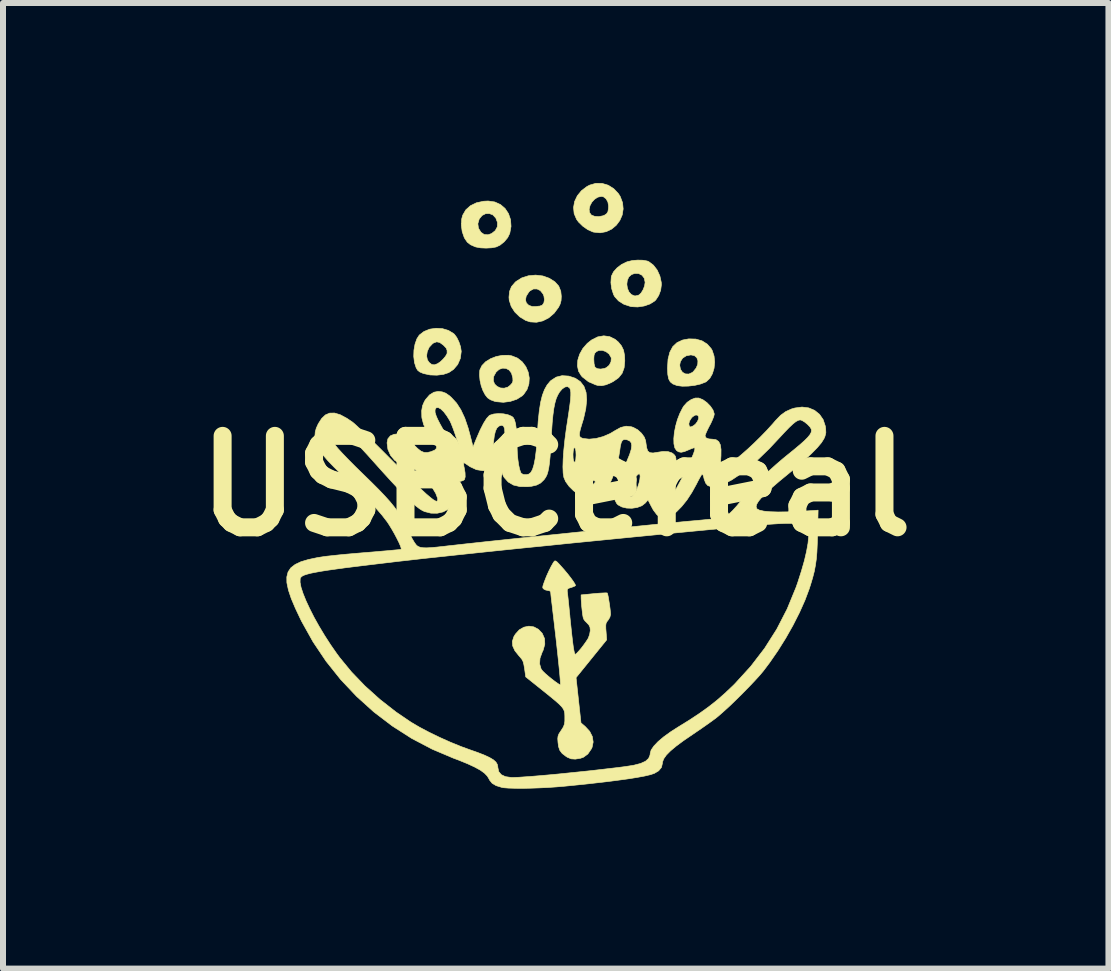
<source format=kicad_pcb>
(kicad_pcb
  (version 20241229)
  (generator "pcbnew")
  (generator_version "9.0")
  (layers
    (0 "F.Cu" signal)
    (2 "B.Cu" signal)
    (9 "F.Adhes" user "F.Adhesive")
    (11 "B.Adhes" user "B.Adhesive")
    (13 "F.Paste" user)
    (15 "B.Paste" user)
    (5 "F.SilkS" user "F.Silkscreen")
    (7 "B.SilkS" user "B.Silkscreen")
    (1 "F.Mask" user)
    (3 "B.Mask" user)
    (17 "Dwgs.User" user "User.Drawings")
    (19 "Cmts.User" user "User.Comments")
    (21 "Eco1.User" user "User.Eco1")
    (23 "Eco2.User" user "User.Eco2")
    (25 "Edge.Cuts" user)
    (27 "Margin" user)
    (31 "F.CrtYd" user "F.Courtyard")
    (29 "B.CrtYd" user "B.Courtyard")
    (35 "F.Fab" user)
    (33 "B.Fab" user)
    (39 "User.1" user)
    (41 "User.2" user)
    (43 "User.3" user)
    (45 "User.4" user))
  (footprint "USBCereal"
    (layer "F.Cu")
    (at 6.212 5.049)
    (property "Reference" "USBCereal" (at 0 0 0) (layer "F.SilkS") (effects (font (size 1.524 1.524) (thickness 0.3))))
    (attr through_hole)
    (fp_poly (pts (xy -0.215 -3.5) (xy -0.108 -3.462) (xy -0.014 -3.402) (xy 0.05 -3.331) (xy 0.084 -3.246) (xy 0.093 -3.161) (xy 0.089 -3.088) (xy 0.073 -3.03) (xy 0.047 -2.978) (xy -0.027 -2.878) (xy -0.116 -2.802) (xy -0.216 -2.751) (xy -0.32 -2.728) (xy -0.425 -2.734) (xy -0.5 -2.758) (xy -0.6 -2.819) (xy -0.682 -2.899) (xy -0.742 -2.992) (xy -0.774 -3.093) (xy -0.775 -3.099) (xy -0.504 -3.099) (xy -0.489 -3.049) (xy -0.45 -3.011) (xy -0.392 -2.99) (xy -0.33 -2.99) (xy -0.287 -2.996) (xy -0.268 -2.997) (xy -0.225 -3.012) (xy -0.198 -3.05) (xy -0.188 -3.104) (xy -0.197 -3.166) (xy -0.212 -3.201) (xy -0.256 -3.256) (xy -0.311 -3.283) (xy -0.372 -3.283) (xy -0.428 -3.252) (xy -0.447 -3.233) (xy -0.492 -3.163) (xy -0.504 -3.099) (xy -0.775 -3.099) (xy -0.779 -3.146) (xy -0.769 -3.244) (xy -0.737 -3.323) (xy -0.677 -3.393) (xy -0.662 -3.407) (xy -0.567 -3.467) (xy -0.455 -3.503) (xy -0.335 -3.514) (xy -0.215 -3.5)) (stroke (width 0.01) (type solid)) (fill yes) (layer "F.SilkS"))
    (fp_poly (pts (xy -1.016 -4.733) (xy -0.921 -4.69) (xy -0.844 -4.624) (xy -0.787 -4.538) (xy -0.753 -4.438) (xy -0.745 -4.326) (xy -0.766 -4.21) (xy -0.801 -4.138) (xy -0.859 -4.069) (xy -0.929 -4.013) (xy -0.993 -3.983) (xy -1.069 -3.969) (xy -1.16 -3.964) (xy -1.251 -3.968) (xy -1.327 -3.982) (xy -1.342 -3.986) (xy -1.419 -4.02) (xy -1.473 -4.062) (xy -1.514 -4.121) (xy -1.526 -4.144) (xy -1.559 -4.24) (xy -1.573 -4.347) (xy -1.571 -4.371) (xy -1.298 -4.371) (xy -1.288 -4.296) (xy -1.246 -4.228) (xy -1.245 -4.227) (xy -1.191 -4.19) (xy -1.128 -4.186) (xy -1.068 -4.207) (xy -1.007 -4.256) (xy -0.973 -4.319) (xy -0.97 -4.39) (xy -0.998 -4.464) (xy -1.046 -4.516) (xy -1.106 -4.54) (xy -1.168 -4.538) (xy -1.227 -4.508) (xy -1.273 -4.452) (xy -1.275 -4.449) (xy -1.298 -4.371) (xy -1.571 -4.371) (xy -1.567 -4.45) (xy -1.55 -4.513) (xy -1.499 -4.601) (xy -1.422 -4.67) (xy -1.322 -4.719) (xy -1.203 -4.745) (xy -1.126 -4.749) (xy -1.016 -4.733)) (stroke (width 0.01) (type solid)) (fill yes) (layer "F.SilkS"))
    (fp_poly (pts (xy 2.334 -2.448) (xy 2.439 -2.418) (xy 2.526 -2.363) (xy 2.592 -2.287) (xy 2.608 -2.258) (xy 2.639 -2.164) (xy 2.649 -2.063) (xy 2.639 -1.962) (xy 2.611 -1.87) (xy 2.567 -1.792) (xy 2.508 -1.737) (xy 2.494 -1.73) (xy 2.414 -1.699) (xy 2.315 -1.676) (xy 2.21 -1.664) (xy 2.11 -1.662) (xy 2.028 -1.672) (xy 2.014 -1.676) (xy 1.952 -1.7) (xy 1.909 -1.735) (xy 1.882 -1.785) (xy 1.868 -1.857) (xy 1.863 -1.955) (xy 1.863 -1.968) (xy 1.866 -2.013) (xy 2.066 -2.013) (xy 2.079 -1.944) (xy 2.113 -1.894) (xy 2.162 -1.867) (xy 2.219 -1.865) (xy 2.278 -1.892) (xy 2.292 -1.904) (xy 2.341 -1.965) (xy 2.367 -2.027) (xy 2.37 -2.087) (xy 2.352 -2.137) (xy 2.312 -2.172) (xy 2.253 -2.184) (xy 2.177 -2.17) (xy 2.116 -2.131) (xy 2.078 -2.073) (xy 2.066 -2.013) (xy 1.866 -2.013) (xy 1.872 -2.113) (xy 1.902 -2.23) (xy 1.951 -2.322) (xy 2.022 -2.389) (xy 2.115 -2.432) (xy 2.217 -2.451) (xy 2.334 -2.448)) (stroke (width 0.01) (type solid)) (fill yes) (layer "F.SilkS"))
    (fp_poly (pts (xy 0.774 -5.042) (xy 0.875 -5.012) (xy 0.967 -4.954) (xy 1.044 -4.873) (xy 1.075 -4.824) (xy 1.114 -4.721) (xy 1.124 -4.617) (xy 1.108 -4.516) (xy 1.068 -4.424) (xy 1.008 -4.344) (xy 0.932 -4.281) (xy 0.842 -4.238) (xy 0.742 -4.219) (xy 0.634 -4.23) (xy 0.616 -4.235) (xy 0.535 -4.271) (xy 0.453 -4.328) (xy 0.382 -4.397) (xy 0.348 -4.443) (xy 0.307 -4.539) (xy 0.3 -4.612) (xy 0.557 -4.612) (xy 0.563 -4.558) (xy 0.592 -4.517) (xy 0.596 -4.514) (xy 0.65 -4.493) (xy 0.719 -4.489) (xy 0.786 -4.502) (xy 0.812 -4.512) (xy 0.849 -4.537) (xy 0.87 -4.571) (xy 0.879 -4.622) (xy 0.881 -4.667) (xy 0.869 -4.734) (xy 0.838 -4.787) (xy 0.794 -4.82) (xy 0.762 -4.826) (xy 0.701 -4.813) (xy 0.647 -4.778) (xy 0.602 -4.729) (xy 0.571 -4.671) (xy 0.557 -4.612) (xy 0.3 -4.612) (xy 0.297 -4.64) (xy 0.315 -4.741) (xy 0.36 -4.836) (xy 0.429 -4.921) (xy 0.52 -4.99) (xy 0.566 -5.014) (xy 0.669 -5.044) (xy 0.774 -5.042)) (stroke (width 0.01) (type solid)) (fill yes) (layer "F.SilkS"))
    (fp_poly (pts (xy 0.9 -2.488) (xy 0.992 -2.442) (xy 1.043 -2.399) (xy 1.096 -2.334) (xy 1.13 -2.263) (xy 1.147 -2.176) (xy 1.151 -2.083) (xy 1.14 -1.969) (xy 1.107 -1.878) (xy 1.048 -1.804) (xy 0.959 -1.741) (xy 0.923 -1.722) (xy 0.838 -1.686) (xy 0.768 -1.671) (xy 0.702 -1.675) (xy 0.666 -1.685) (xy 0.546 -1.737) (xy 0.445 -1.816) (xy 0.426 -1.837) (xy 0.38 -1.913) (xy 0.362 -2.002) (xy 0.368 -2.098) (xy 0.37 -2.104) (xy 0.635 -2.104) (xy 0.639 -2.037) (xy 0.651 -1.989) (xy 0.658 -1.975) (xy 0.695 -1.954) (xy 0.75 -1.948) (xy 0.811 -1.958) (xy 0.845 -1.972) (xy 0.892 -2.012) (xy 0.921 -2.068) (xy 0.926 -2.128) (xy 0.921 -2.146) (xy 0.888 -2.2) (xy 0.836 -2.239) (xy 0.776 -2.26) (xy 0.717 -2.258) (xy 0.677 -2.238) (xy 0.653 -2.214) (xy 0.64 -2.183) (xy 0.635 -2.135) (xy 0.635 -2.104) (xy 0.37 -2.104) (xy 0.399 -2.196) (xy 0.452 -2.291) (xy 0.526 -2.376) (xy 0.598 -2.433) (xy 0.699 -2.484) (xy 0.801 -2.502) (xy 0.9 -2.488)) (stroke (width 0.01) (type solid)) (fill yes) (layer "F.SilkS"))
    (fp_poly (pts (xy -0.732 -2.168) (xy -0.636 -2.13) (xy -0.558 -2.068) (xy -0.498 -1.988) (xy -0.459 -1.897) (xy -0.441 -1.799) (xy -0.447 -1.701) (xy -0.478 -1.608) (xy -0.534 -1.526) (xy -0.56 -1.501) (xy -0.649 -1.445) (xy -0.757 -1.409) (xy -0.873 -1.394) (xy -0.987 -1.404) (xy -1.02 -1.411) (xy -1.087 -1.436) (xy -1.136 -1.469) (xy -1.176 -1.52) (xy -1.213 -1.59) (xy -1.242 -1.669) (xy -1.26 -1.752) (xy -1.04 -1.752) (xy -1.018 -1.698) (xy -0.976 -1.658) (xy -0.921 -1.633) (xy -0.859 -1.629) (xy -0.798 -1.647) (xy -0.759 -1.677) (xy -0.726 -1.714) (xy -0.713 -1.748) (xy -0.715 -1.796) (xy -0.716 -1.805) (xy -0.737 -1.88) (xy -0.776 -1.931) (xy -0.828 -1.959) (xy -0.885 -1.963) (xy -0.943 -1.943) (xy -0.993 -1.899) (xy -1.031 -1.831) (xy -1.036 -1.815) (xy -1.04 -1.752) (xy -1.26 -1.752) (xy -1.262 -1.76) (xy -1.27 -1.85) (xy -1.266 -1.925) (xy -1.263 -1.937) (xy -1.229 -2.007) (xy -1.168 -2.07) (xy -1.087 -2.12) (xy -0.992 -2.157) (xy -0.89 -2.177) (xy -0.787 -2.178) (xy -0.732 -2.168)) (stroke (width 0.01) (type solid)) (fill yes) (layer "F.SilkS"))
    (fp_poly (pts (xy -1.889 -2.622) (xy -1.788 -2.592) (xy -1.703 -2.54) (xy -1.689 -2.528) (xy -1.649 -2.474) (xy -1.613 -2.4) (xy -1.586 -2.319) (xy -1.575 -2.245) (xy -1.575 -2.239) (xy -1.59 -2.125) (xy -1.634 -2.024) (xy -1.704 -1.942) (xy -1.783 -1.889) (xy -1.873 -1.859) (xy -1.981 -1.846) (xy -2.094 -1.85) (xy -2.201 -1.873) (xy -2.21 -1.876) (xy -2.266 -1.9) (xy -2.302 -1.929) (xy -2.326 -1.97) (xy -2.354 -2.056) (xy -2.366 -2.156) (xy -2.366 -2.168) (xy -2.152 -2.168) (xy -2.139 -2.101) (xy -2.109 -2.057) (xy -2.066 -2.024) (xy -2.024 -2.018) (xy -1.97 -2.037) (xy -1.966 -2.04) (xy -1.922 -2.07) (xy -1.877 -2.113) (xy -1.838 -2.159) (xy -1.814 -2.2) (xy -1.81 -2.215) (xy -1.811 -2.262) (xy -1.826 -2.298) (xy -1.862 -2.337) (xy -1.875 -2.349) (xy -1.933 -2.391) (xy -1.984 -2.402) (xy -2.036 -2.383) (xy -2.055 -2.369) (xy -2.109 -2.311) (xy -2.141 -2.241) (xy -2.152 -2.168) (xy -2.366 -2.168) (xy -2.363 -2.262) (xy -2.345 -2.364) (xy -2.314 -2.452) (xy -2.274 -2.514) (xy -2.196 -2.574) (xy -2.1 -2.613) (xy -1.995 -2.628) (xy -1.889 -2.622)) (stroke (width 0.01) (type solid)) (fill yes) (layer "F.SilkS"))
    (fp_poly (pts (xy 1.451 -3.762) (xy 1.524 -3.749) (xy 1.551 -3.738) (xy 1.628 -3.68) (xy 1.691 -3.598) (xy 1.736 -3.499) (xy 1.759 -3.393) (xy 1.761 -3.353) (xy 1.749 -3.262) (xy 1.716 -3.174) (xy 1.668 -3.101) (xy 1.65 -3.083) (xy 1.571 -3.033) (xy 1.473 -2.999) (xy 1.366 -2.983) (xy 1.263 -2.988) (xy 1.245 -2.992) (xy 1.136 -3.028) (xy 1.047 -3.084) (xy 0.983 -3.155) (xy 0.964 -3.19) (xy 0.933 -3.287) (xy 0.923 -3.361) (xy 1.185 -3.361) (xy 1.195 -3.294) (xy 1.22 -3.235) (xy 1.26 -3.19) (xy 1.312 -3.168) (xy 1.326 -3.167) (xy 1.367 -3.175) (xy 1.39 -3.184) (xy 1.424 -3.217) (xy 1.457 -3.271) (xy 1.481 -3.334) (xy 1.49 -3.393) (xy 1.49 -3.394) (xy 1.476 -3.462) (xy 1.438 -3.512) (xy 1.382 -3.54) (xy 1.317 -3.542) (xy 1.263 -3.523) (xy 1.218 -3.483) (xy 1.193 -3.426) (xy 1.185 -3.361) (xy 0.923 -3.361) (xy 0.92 -3.39) (xy 0.926 -3.483) (xy 0.93 -3.5) (xy 0.963 -3.568) (xy 1.022 -3.634) (xy 1.098 -3.692) (xy 1.185 -3.734) (xy 1.191 -3.736) (xy 1.273 -3.756) (xy 1.364 -3.764) (xy 1.451 -3.762)) (stroke (width 0.01) (type solid)) (fill yes) (layer "F.SilkS"))
    (fp_poly (pts (xy 0.021 1.265) (xy 0.056 1.301) (xy 0.084 1.332) (xy 0.146 1.402) (xy 0.204 1.472) (xy 0.255 1.538) (xy 0.296 1.595) (xy 0.322 1.637) (xy 0.33 1.66) (xy 0.329 1.661) (xy 0.308 1.674) (xy 0.268 1.689) (xy 0.253 1.694) (xy 0.211 1.707) (xy 0.193 1.724) (xy 0.192 1.755) (xy 0.195 1.774) (xy 0.199 1.81) (xy 0.206 1.874) (xy 0.215 1.958) (xy 0.225 2.058) (xy 0.236 2.166) (xy 0.237 2.184) (xy 0.255 2.356) (xy 0.27 2.496) (xy 0.283 2.607) (xy 0.294 2.691) (xy 0.305 2.751) (xy 0.314 2.788) (xy 0.323 2.805) (xy 0.329 2.806) (xy 0.35 2.789) (xy 0.385 2.751) (xy 0.428 2.701) (xy 0.471 2.644) (xy 0.51 2.589) (xy 0.539 2.544) (xy 0.543 2.536) (xy 0.565 2.476) (xy 0.576 2.411) (xy 0.576 2.403) (xy 0.571 2.354) (xy 0.552 2.316) (xy 0.516 2.278) (xy 0.487 2.249) (xy 0.468 2.222) (xy 0.456 2.187) (xy 0.447 2.134) (xy 0.44 2.072) (xy 0.432 1.998) (xy 0.427 1.93) (xy 0.424 1.88) (xy 0.424 1.869) (xy 0.423 1.816) (xy 0.636 1.795) (xy 0.717 1.788) (xy 0.786 1.784) (xy 0.835 1.782) (xy 0.858 1.784) (xy 0.859 1.785) (xy 0.866 1.805) (xy 0.876 1.851) (xy 0.886 1.912) (xy 0.897 1.981) (xy 0.906 2.049) (xy 0.912 2.106) (xy 0.914 2.14) (xy 0.903 2.187) (xy 0.874 2.236) (xy 0.871 2.239) (xy 0.85 2.267) (xy 0.838 2.293) (xy 0.834 2.328) (xy 0.835 2.381) (xy 0.839 2.428) (xy 0.849 2.565) (xy 0.339 3.195) (xy 0.38 3.572) (xy 0.421 3.949) (xy 0.492 4.01) (xy 0.566 4.09) (xy 0.61 4.177) (xy 0.624 4.268) (xy 0.606 4.357) (xy 0.594 4.382) (xy 0.536 4.467) (xy 0.463 4.521) (xy 0.412 4.539) (xy 0.326 4.553) (xy 0.257 4.548) (xy 0.194 4.522) (xy 0.172 4.508) (xy 0.108 4.459) (xy 0.069 4.408) (xy 0.047 4.344) (xy 0.038 4.273) (xy 0.034 4.212) (xy 0.039 4.169) (xy 0.054 4.131) (xy 0.086 4.082) (xy 0.091 4.075) (xy 0.127 4.018) (xy 0.145 3.971) (xy 0.152 3.919) (xy 0.152 3.891) (xy 0.152 3.835) (xy 0.15 3.789) (xy 0.142 3.75) (xy 0.125 3.714) (xy 0.097 3.677) (xy 0.055 3.634) (xy -0.004 3.582) (xy -0.084 3.516) (xy -0.184 3.435) (xy -0.5 3.182) (xy -0.519 3.046) (xy -0.531 2.976) (xy -0.544 2.927) (xy -0.564 2.889) (xy -0.596 2.85) (xy -0.613 2.831) (xy -0.681 2.746) (xy -0.717 2.667) (xy -0.723 2.591) (xy -0.698 2.513) (xy -0.672 2.47) (xy -0.607 2.398) (xy -0.53 2.354) (xy -0.447 2.337) (xy -0.365 2.349) (xy -0.289 2.389) (xy -0.225 2.457) (xy -0.224 2.459) (xy -0.186 2.545) (xy -0.182 2.638) (xy -0.21 2.739) (xy -0.226 2.772) (xy -0.262 2.871) (xy -0.269 2.964) (xy -0.245 3.046) (xy -0.237 3.06) (xy -0.215 3.087) (xy -0.175 3.126) (xy -0.124 3.17) (xy -0.068 3.216) (xy -0.013 3.258) (xy 0.033 3.291) (xy 0.066 3.311) (xy 0.079 3.314) (xy 0.079 3.295) (xy 0.076 3.246) (xy 0.07 3.171) (xy 0.061 3.072) (xy 0.049 2.954) (xy 0.035 2.821) (xy 0.019 2.674) (xy 0.002 2.52) (xy -0.017 2.359) (xy -0.034 2.212) (xy -0.048 2.095) (xy -0.06 1.989) (xy -0.071 1.899) (xy -0.079 1.828) (xy -0.083 1.783) (xy -0.085 1.768) (xy -0.099 1.749) (xy -0.124 1.744) (xy -0.17 1.734) (xy -0.195 1.721) (xy -0.211 1.707) (xy -0.217 1.69) (xy -0.212 1.663) (xy -0.196 1.615) (xy -0.187 1.59) (xy -0.155 1.508) (xy -0.117 1.423) (xy -0.078 1.345) (xy -0.044 1.285) (xy -0.03 1.264) (xy -0.017 1.25) (xy -0.002 1.25) (xy 0.021 1.265)) (stroke (width 0.01) (type solid)) (fill yes) (layer "F.SilkS"))
    (fp_poly (pts (xy 0.215 -1.831) (xy 0.217 -1.831) (xy 0.327 -1.795) (xy 0.411 -1.738) (xy 0.471 -1.659) (xy 0.506 -1.558) (xy 0.516 -1.434) (xy 0.501 -1.288) (xy 0.463 -1.118) (xy 0.439 -1.041) (xy 0.412 -0.951) (xy 0.397 -0.886) (xy 0.395 -0.843) (xy 0.407 -0.815) (xy 0.433 -0.799) (xy 0.457 -0.791) (xy 0.557 -0.78) (xy 0.671 -0.791) (xy 0.791 -0.823) (xy 0.909 -0.874) (xy 0.99 -0.923) (xy 1.084 -0.975) (xy 1.173 -0.996) (xy 1.262 -0.986) (xy 1.294 -0.975) (xy 1.366 -0.936) (xy 1.429 -0.879) (xy 1.476 -0.814) (xy 1.498 -0.755) (xy 1.507 -0.693) (xy 1.516 -0.635) (xy 1.533 -0.583) (xy 1.567 -0.555) (xy 1.622 -0.549) (xy 1.678 -0.558) (xy 1.788 -0.575) (xy 1.873 -0.572) (xy 1.936 -0.551) (xy 1.959 -0.535) (xy 1.983 -0.512) (xy 1.997 -0.488) (xy 2.004 -0.453) (xy 2.006 -0.399) (xy 2.006 -0.361) (xy 2.005 -0.301) (xy 1.999 -0.249) (xy 1.987 -0.197) (xy 1.966 -0.135) (xy 1.934 -0.054) (xy 1.926 -0.034) (xy 1.881 0.081) (xy 1.85 0.167) (xy 1.834 0.226) (xy 1.832 0.26) (xy 1.843 0.271) (xy 1.869 0.255) (xy 1.907 0.21) (xy 1.956 0.134) (xy 2.017 0.03) (xy 2.088 -0.101) (xy 2.132 -0.186) (xy 2.205 -0.333) (xy 2.26 -0.45) (xy 2.297 -0.539) (xy 2.317 -0.6) (xy 2.319 -0.632) (xy 2.317 -0.635) (xy 2.298 -0.634) (xy 2.258 -0.62) (xy 2.216 -0.602) (xy 2.143 -0.572) (xy 2.09 -0.561) (xy 2.047 -0.569) (xy 2.014 -0.59) (xy 1.985 -0.634) (xy 1.97 -0.702) (xy 1.968 -0.789) (xy 1.977 -0.889) (xy 1.998 -0.996) (xy 2.009 -1.035) (xy 2.218 -1.035) (xy 2.226 -0.998) (xy 2.23 -0.993) (xy 2.241 -0.984) (xy 2.256 -0.985) (xy 2.287 -0.999) (xy 2.292 -1.001) (xy 2.329 -1.03) (xy 2.362 -1.074) (xy 2.382 -1.12) (xy 2.382 -1.158) (xy 2.359 -1.182) (xy 2.323 -1.18) (xy 2.281 -1.153) (xy 2.262 -1.133) (xy 2.231 -1.084) (xy 2.218 -1.035) (xy 2.009 -1.035) (xy 2.028 -1.104) (xy 2.068 -1.207) (xy 2.115 -1.3) (xy 2.136 -1.333) (xy 2.191 -1.394) (xy 2.257 -1.439) (xy 2.325 -1.465) (xy 2.385 -1.465) (xy 2.453 -1.437) (xy 2.52 -1.389) (xy 2.578 -1.329) (xy 2.621 -1.266) (xy 2.641 -1.206) (xy 2.642 -1.195) (xy 2.634 -1.159) (xy 2.612 -1.103) (xy 2.582 -1.037) (xy 2.565 -1.007) (xy 2.532 -0.942) (xy 2.506 -0.885) (xy 2.491 -0.844) (xy 2.489 -0.833) (xy 2.505 -0.802) (xy 2.551 -0.784) (xy 2.613 -0.779) (xy 2.673 -0.77) (xy 2.716 -0.74) (xy 2.743 -0.687) (xy 2.755 -0.608) (xy 2.754 -0.502) (xy 2.752 -0.472) (xy 2.748 -0.398) (xy 2.747 -0.352) (xy 2.752 -0.326) (xy 2.763 -0.314) (xy 2.767 -0.312) (xy 2.801 -0.315) (xy 2.854 -0.341) (xy 2.924 -0.386) (xy 3.007 -0.449) (xy 3.1 -0.526) (xy 3.201 -0.615) (xy 3.306 -0.713) (xy 3.412 -0.817) (xy 3.517 -0.925) (xy 3.616 -1.034) (xy 3.664 -1.09) (xy 3.748 -1.177) (xy 3.833 -1.239) (xy 3.93 -1.283) (xy 3.986 -1.299) (xy 4.105 -1.315) (xy 4.216 -1.301) (xy 4.314 -1.26) (xy 4.396 -1.194) (xy 4.457 -1.106) (xy 4.493 -0.998) (xy 4.499 -0.956) (xy 4.502 -0.887) (xy 4.488 -0.829) (xy 4.47 -0.787) (xy 4.428 -0.72) (xy 4.358 -0.637) (xy 4.261 -0.538) (xy 4.14 -0.425) (xy 3.994 -0.299) (xy 3.878 -0.203) (xy 3.727 -0.079) (xy 3.603 0.028) (xy 3.504 0.118) (xy 3.43 0.194) (xy 3.379 0.256) (xy 3.349 0.306) (xy 3.34 0.345) (xy 3.35 0.376) (xy 3.356 0.383) (xy 3.396 0.404) (xy 3.469 0.42) (xy 3.572 0.43) (xy 3.704 0.434) (xy 3.864 0.432) (xy 4.05 0.425) (xy 4.24 0.413) (xy 4.373 0.404) (xy 4.364 0.807) (xy 4.359 0.969) (xy 4.353 1.104) (xy 4.343 1.22) (xy 4.328 1.325) (xy 4.309 1.426) (xy 4.282 1.53) (xy 4.248 1.644) (xy 4.224 1.718) (xy 4.154 1.905) (xy 4.063 2.109) (xy 3.955 2.322) (xy 3.834 2.536) (xy 3.702 2.747) (xy 3.565 2.945) (xy 3.462 3.082) (xy 3.397 3.159) (xy 3.313 3.251) (xy 3.215 3.354) (xy 3.109 3.462) (xy 3.001 3.569) (xy 2.895 3.671) (xy 2.797 3.76) (xy 2.714 3.833) (xy 2.675 3.865) (xy 2.61 3.913) (xy 2.525 3.974) (xy 2.429 4.041) (xy 2.331 4.108) (xy 2.277 4.145) (xy 2.126 4.248) (xy 2.005 4.338) (xy 1.912 4.416) (xy 1.844 4.485) (xy 1.801 4.546) (xy 1.78 4.6) (xy 1.778 4.623) (xy 1.762 4.691) (xy 1.715 4.748) (xy 1.644 4.79) (xy 1.579 4.812) (xy 1.481 4.835) (xy 1.351 4.859) (xy 1.191 4.884) (xy 1.001 4.91) (xy 0.783 4.937) (xy 0.537 4.965) (xy 0.265 4.993) (xy 0.152 5.004) (xy 0.013 5.016) (xy -0.134 5.026) (xy -0.283 5.033) (xy -0.428 5.038) (xy -0.564 5.04) (xy -0.686 5.039) (xy -0.788 5.036) (xy -0.865 5.03) (xy -0.899 5.024) (xy -0.993 4.995) (xy -1.059 4.956) (xy -1.102 4.903) (xy -1.11 4.886) (xy -1.14 4.836) (xy -1.187 4.787) (xy -1.256 4.737) (xy -1.349 4.686) (xy -1.467 4.631) (xy -1.614 4.571) (xy -1.705 4.537) (xy -2.059 4.387) (xy -2.4 4.208) (xy -2.725 4) (xy -3.032 3.766) (xy -3.319 3.507) (xy -3.585 3.225) (xy -3.827 2.922) (xy -4.044 2.599) (xy -4.234 2.259) (xy -4.25 2.227) (xy -4.339 2.039) (xy -4.408 1.876) (xy -4.455 1.736) (xy -4.48 1.617) (xy -4.481 1.605) (xy -4.261 1.605) (xy -4.245 1.689) (xy -4.211 1.793) (xy -4.162 1.914) (xy -4.1 2.047) (xy -4.027 2.191) (xy -3.943 2.341) (xy -3.851 2.494) (xy -3.753 2.646) (xy -3.65 2.794) (xy -3.601 2.86) (xy -3.404 3.1) (xy -3.179 3.334) (xy -2.93 3.558) (xy -2.663 3.767) (xy -2.413 3.937) (xy -2.274 4.019) (xy -2.111 4.105) (xy -1.934 4.191) (xy -1.753 4.272) (xy -1.576 4.344) (xy -1.439 4.394) (xy -1.297 4.444) (xy -1.185 4.488) (xy -1.1 4.528) (xy -1.038 4.565) (xy -0.997 4.602) (xy -0.974 4.64) (xy -0.965 4.682) (xy -0.965 4.69) (xy -0.95 4.761) (xy -0.908 4.812) (xy -0.838 4.845) (xy -0.74 4.859) (xy -0.727 4.859) (xy -0.681 4.858) (xy -0.61 4.855) (xy -0.524 4.849) (xy -0.432 4.843) (xy -0.422 4.842) (xy -0.276 4.83) (xy -0.116 4.816) (xy 0.055 4.8) (xy 0.23 4.782) (xy 0.407 4.764) (xy 0.58 4.746) (xy 0.746 4.727) (xy 0.9 4.709) (xy 1.037 4.693) (xy 1.153 4.678) (xy 1.244 4.664) (xy 1.304 4.654) (xy 1.416 4.625) (xy 1.497 4.588) (xy 1.548 4.542) (xy 1.572 4.485) (xy 1.575 4.457) (xy 1.59 4.402) (xy 1.635 4.336) (xy 1.706 4.261) (xy 1.802 4.18) (xy 1.92 4.095) (xy 2.039 4.019) (xy 2.233 3.899) (xy 2.402 3.787) (xy 2.552 3.679) (xy 2.69 3.57) (xy 2.821 3.455) (xy 2.953 3.33) (xy 2.989 3.294) (xy 3.249 3.009) (xy 3.481 2.707) (xy 3.684 2.387) (xy 3.858 2.049) (xy 4.005 1.691) (xy 4.034 1.609) (xy 4.095 1.418) (xy 4.145 1.244) (xy 4.181 1.089) (xy 4.205 0.955) (xy 4.215 0.845) (xy 4.212 0.761) (xy 4.194 0.704) (xy 4.191 0.699) (xy 4.167 0.674) (xy 4.133 0.654) (xy 4.085 0.639) (xy 4.022 0.629) (xy 3.941 0.624) (xy 3.838 0.624) (xy 3.713 0.629) (xy 3.561 0.639) (xy 3.38 0.653) (xy 3.209 0.668) (xy 2.925 0.694) (xy 2.622 0.723) (xy 2.304 0.753) (xy 1.972 0.785) (xy 1.631 0.818) (xy 1.282 0.852) (xy 0.928 0.887) (xy 0.574 0.922) (xy 0.221 0.957) (xy -0.128 0.993) (xy -0.47 1.027) (xy -0.801 1.061) (xy -1.119 1.094) (xy -1.421 1.126) (xy -1.704 1.156) (xy -1.965 1.184) (xy -2.201 1.209) (xy -2.41 1.233) (xy -2.588 1.253) (xy -2.599 1.254) (xy -2.874 1.287) (xy -3.116 1.316) (xy -3.329 1.342) (xy -3.514 1.365) (xy -3.673 1.387) (xy -3.808 1.406) (xy -3.921 1.424) (xy -4.014 1.441) (xy -4.088 1.456) (xy -4.147 1.472) (xy -4.19 1.486) (xy -4.222 1.501) (xy -4.242 1.517) (xy -4.255 1.533) (xy -4.259 1.545) (xy -4.261 1.605) (xy -4.481 1.605) (xy -4.482 1.517) (xy -4.461 1.434) (xy -4.415 1.365) (xy -4.343 1.309) (xy -4.246 1.263) (xy -4.121 1.226) (xy -3.97 1.194) (xy -3.873 1.179) (xy -3.815 1.171) (xy -3.728 1.162) (xy -3.619 1.15) (xy -3.494 1.138) (xy -3.357 1.126) (xy -3.215 1.114) (xy -3.153 1.109) (xy -3.019 1.098) (xy -2.895 1.087) (xy -2.786 1.078) (xy -2.695 1.069) (xy -2.627 1.063) (xy -2.587 1.058) (xy -2.577 1.057) (xy -2.575 1.04) (xy -2.588 1) (xy -2.613 0.943) (xy -2.648 0.873) (xy -2.688 0.797) (xy -2.732 0.72) (xy -2.776 0.648) (xy -2.809 0.598) (xy -2.894 0.488) (xy -3.002 0.363) (xy -3.13 0.226) (xy -3.275 0.082) (xy -3.429 -0.062) (xy -3.576 -0.198) (xy -3.697 -0.316) (xy -3.796 -0.419) (xy -3.873 -0.509) (xy -3.932 -0.588) (xy -3.973 -0.661) (xy -3.999 -0.728) (xy -4.011 -0.793) (xy -4.013 -0.833) (xy -4.011 -0.86) (xy -3.772 -0.86) (xy -3.77 -0.847) (xy -3.757 -0.805) (xy -3.73 -0.756) (xy -3.689 -0.697) (xy -3.631 -0.626) (xy -3.554 -0.542) (xy -3.457 -0.441) (xy -3.339 -0.322) (xy -3.212 -0.198) (xy -3.07 -0.06) (xy -2.95 0.06) (xy -2.85 0.165) (xy -2.765 0.259) (xy -2.694 0.346) (xy -2.632 0.43) (xy -2.578 0.515) (xy -2.527 0.605) (xy -2.478 0.703) (xy -2.433 0.797) (xy -2.393 0.878) (xy -2.354 0.944) (xy -2.321 0.988) (xy -2.312 0.996) (xy -2.286 1.012) (xy -2.254 1.024) (xy -2.211 1.03) (xy -2.154 1.032) (xy -2.078 1.028) (xy -1.978 1.019) (xy -1.851 1.005) (xy -1.801 0.999) (xy -1.681 0.986) (xy -1.53 0.969) (xy -1.353 0.95) (xy -1.152 0.928) (xy -0.932 0.905) (xy -0.695 0.88) (xy -0.445 0.854) (xy -0.185 0.827) (xy 0.081 0.8) (xy 0.349 0.772) (xy 0.617 0.745) (xy 0.88 0.719) (xy 1.136 0.693) (xy 1.381 0.669) (xy 1.611 0.646) (xy 1.823 0.625) (xy 2.014 0.607) (xy 2.18 0.591) (xy 2.318 0.579) (xy 2.362 0.575) (xy 2.501 0.562) (xy 2.61 0.551) (xy 2.693 0.542) (xy 2.754 0.532) (xy 2.797 0.523) (xy 2.826 0.512) (xy 2.838 0.506) (xy 2.889 0.467) (xy 2.952 0.406) (xy 3.021 0.33) (xy 3.09 0.245) (xy 3.13 0.191) (xy 3.181 0.126) (xy 3.255 0.044) (xy 3.346 -0.05) (xy 3.449 -0.151) (xy 3.56 -0.255) (xy 3.674 -0.358) (xy 3.786 -0.454) (xy 3.852 -0.508) (xy 3.974 -0.607) (xy 4.072 -0.689) (xy 4.146 -0.755) (xy 4.2 -0.809) (xy 4.236 -0.853) (xy 4.256 -0.889) (xy 4.263 -0.92) (xy 4.259 -0.948) (xy 4.237 -0.984) (xy 4.197 -1.026) (xy 4.149 -1.065) (xy 4.104 -1.092) (xy 4.075 -1.101) (xy 4.043 -1.094) (xy 4.003 -1.073) (xy 3.954 -1.034) (xy 3.891 -0.975) (xy 3.813 -0.894) (xy 3.738 -0.813) (xy 3.559 -0.622) (xy 3.387 -0.455) (xy 3.225 -0.311) (xy 3.073 -0.193) (xy 2.933 -0.1) (xy 2.807 -0.035) (xy 2.695 0.003) (xy 2.657 0.009) (xy 2.586 0.011) (xy 2.535 -0.006) (xy 2.5 -0.046) (xy 2.474 -0.113) (xy 2.464 -0.157) (xy 2.452 -0.188) (xy 2.438 -0.195) (xy 2.424 -0.176) (xy 2.4 -0.134) (xy 2.368 -0.075) (xy 2.346 -0.031) (xy 2.269 0.108) (xy 2.187 0.234) (xy 2.1 0.342) (xy 2.014 0.43) (xy 1.93 0.494) (xy 1.852 0.533) (xy 1.797 0.542) (xy 1.741 0.525) (xy 1.684 0.477) (xy 1.626 0.4) (xy 1.59 0.334) (xy 1.538 0.233) (xy 1.493 0.285) (xy 1.435 0.33) (xy 1.358 0.359) (xy 1.27 0.372) (xy 1.182 0.369) (xy 1.102 0.35) (xy 1.038 0.315) (xy 1.017 0.293) (xy 0.988 0.238) (xy 0.98 0.165) (xy 0.984 0.133) (xy 1.22 0.133) (xy 1.225 0.171) (xy 1.243 0.185) (xy 1.272 0.172) (xy 1.309 0.131) (xy 1.34 0.081) (xy 1.366 0.019) (xy 1.388 -0.047) (xy 1.402 -0.109) (xy 1.407 -0.161) (xy 1.402 -0.194) (xy 1.389 -0.203) (xy 1.366 -0.189) (xy 1.334 -0.152) (xy 1.3 -0.099) (xy 1.268 -0.04) (xy 1.252 -0.001) (xy 1.228 0.075) (xy 1.22 0.133) (xy 0.984 0.133) (xy 0.991 0.074) (xy 1.023 -0.037) (xy 1.075 -0.171) (xy 1.127 -0.285) (xy 1.188 -0.418) (xy 1.232 -0.525) (xy 1.258 -0.608) (xy 1.267 -0.672) (xy 1.259 -0.718) (xy 1.234 -0.749) (xy 1.193 -0.768) (xy 1.174 -0.772) (xy 1.138 -0.774) (xy 1.111 -0.759) (xy 1.092 -0.723) (xy 1.077 -0.663) (xy 1.065 -0.574) (xy 1.064 -0.569) (xy 1.048 -0.472) (xy 1.021 -0.361) (xy 0.986 -0.247) (xy 0.946 -0.138) (xy 0.905 -0.046) (xy 0.876 0.007) (xy 0.816 0.079) (xy 0.741 0.141) (xy 0.66 0.183) (xy 0.617 0.196) (xy 0.565 0.197) (xy 0.498 0.187) (xy 0.464 0.178) (xy 0.381 0.141) (xy 0.298 0.081) (xy 0.223 0.007) (xy 0.166 -0.072) (xy 0.16 -0.086) (xy 0.426 -0.086) (xy 0.428 -0.053) (xy 0.453 -0.02) (xy 0.47 -0.009) (xy 0.533 0.008) (xy 0.595 -0.007) (xy 0.635 -0.036) (xy 0.658 -0.061) (xy 0.657 -0.077) (xy 0.636 -0.094) (xy 0.594 -0.111) (xy 0.536 -0.118) (xy 0.478 -0.115) (xy 0.45 -0.108) (xy 0.426 -0.086) (xy 0.16 -0.086) (xy 0.136 -0.141) (xy 0.124 -0.214) (xy 0.12 -0.318) (xy 0.124 -0.447) (xy 0.129 -0.516) (xy 0.288 -0.516) (xy 0.29 -0.464) (xy 0.296 -0.424) (xy 0.298 -0.416) (xy 0.312 -0.395) (xy 0.325 -0.403) (xy 0.334 -0.439) (xy 0.338 -0.497) (xy 0.339 -0.516) (xy 0.336 -0.58) (xy 0.328 -0.622) (xy 0.316 -0.639) (xy 0.302 -0.626) (xy 0.298 -0.617) (xy 0.292 -0.583) (xy 0.288 -0.533) (xy 0.288 -0.516) (xy 0.129 -0.516) (xy 0.135 -0.6) (xy 0.153 -0.773) (xy 0.178 -0.963) (xy 0.194 -1.065) (xy 0.217 -1.216) (xy 0.234 -1.337) (xy 0.246 -1.432) (xy 0.251 -1.505) (xy 0.251 -1.559) (xy 0.246 -1.598) (xy 0.236 -1.625) (xy 0.23 -1.635) (xy 0.197 -1.656) (xy 0.154 -1.649) (xy 0.107 -1.616) (xy 0.064 -1.566) (xy 0.034 -1.515) (xy 0.008 -1.456) (xy -0.013 -1.383) (xy -0.031 -1.294) (xy -0.046 -1.184) (xy -0.059 -1.051) (xy -0.07 -0.889) (xy -0.076 -0.779) (xy -0.085 -0.619) (xy -0.094 -0.488) (xy -0.104 -0.384) (xy -0.116 -0.301) (xy -0.13 -0.236) (xy -0.146 -0.185) (xy -0.167 -0.144) (xy -0.192 -0.108) (xy -0.197 -0.102) (xy -0.252 -0.049) (xy -0.317 -0.015) (xy -0.401 0.005) (xy -0.463 0.012) (xy -0.595 0.011) (xy -0.705 -0.015) (xy -0.792 -0.066) (xy -0.86 -0.142) (xy -0.878 -0.175) (xy -0.91 -0.27) (xy -0.92 -0.388) (xy -0.91 -0.527) (xy -0.883 -0.666) (xy -0.858 -0.788) (xy -0.848 -0.884) (xy -0.852 -0.955) (xy -0.87 -0.998) (xy -0.902 -1.012) (xy -0.945 -0.998) (xy -0.979 -0.967) (xy -1.004 -0.916) (xy -1.023 -0.839) (xy -1.036 -0.735) (xy -1.042 -0.643) (xy -1.05 -0.518) (xy -1.058 -0.423) (xy -1.07 -0.354) (xy -1.087 -0.306) (xy -1.11 -0.277) (xy -1.142 -0.261) (xy -1.184 -0.255) (xy -1.211 -0.254) (xy -1.321 -0.271) (xy -1.428 -0.321) (xy -1.469 -0.349) (xy -1.506 -0.374) (xy -1.53 -0.386) (xy -1.534 -0.385) (xy -1.535 -0.365) (xy -1.53 -0.324) (xy -1.525 -0.303) (xy -1.511 -0.219) (xy -1.509 -0.151) (xy -1.521 -0.106) (xy -1.522 -0.105) (xy -1.546 -0.089) (xy -1.591 -0.076) (xy -1.617 -0.071) (xy -1.681 -0.056) (xy -1.716 -0.029) (xy -1.725 0.015) (xy -1.714 0.076) (xy -1.696 0.172) (xy -1.7 0.249) (xy -1.726 0.314) (xy -1.732 0.323) (xy -1.794 0.389) (xy -1.878 0.433) (xy -1.975 0.455) (xy -2.079 0.454) (xy -2.182 0.428) (xy -2.219 0.412) (xy -2.269 0.381) (xy -2.333 0.332) (xy -2.409 0.263) (xy -2.502 0.174) (xy -2.61 0.062) (xy -2.736 -0.072) (xy -2.881 -0.231) (xy -3.01 -0.375) (xy -3.138 -0.518) (xy -3.248 -0.637) (xy -3.341 -0.733) (xy -3.42 -0.809) (xy -3.487 -0.866) (xy -3.544 -0.907) (xy -3.593 -0.933) (xy -3.637 -0.946) (xy -3.667 -0.948) (xy -3.729 -0.938) (xy -3.765 -0.908) (xy -3.772 -0.86) (xy -4.011 -0.86) (xy -4.008 -0.9) (xy -3.991 -0.962) (xy -3.958 -1.035) (xy -3.901 -1.124) (xy -3.838 -1.184) (xy -3.767 -1.214) (xy -3.685 -1.215) (xy -3.59 -1.186) (xy -3.482 -1.128) (xy -3.387 -1.064) (xy -3.355 -1.037) (xy -3.303 -0.99) (xy -3.233 -0.923) (xy -3.148 -0.842) (xy -3.051 -0.747) (xy -2.945 -0.642) (xy -2.833 -0.53) (xy -2.752 -0.448) (xy -2.591 -0.287) (xy -2.453 -0.149) (xy -2.334 -0.033) (xy -2.236 0.061) (xy -2.155 0.136) (xy -2.09 0.191) (xy -2.041 0.229) (xy -2.005 0.25) (xy -1.982 0.256) (xy -1.97 0.247) (xy -1.967 0.225) (xy -1.97 0.202) (xy -1.999 0.125) (xy -2.054 0.033) (xy -2.134 -0.069) (xy -2.191 -0.131) (xy -2.268 -0.209) (xy -2.331 -0.264) (xy -2.387 -0.3) (xy -2.442 -0.322) (xy -2.481 -0.331) (xy -2.592 -0.367) (xy -2.684 -0.427) (xy -2.753 -0.51) (xy -2.797 -0.61) (xy -2.811 -0.718) (xy -2.797 -0.786) (xy -2.756 -0.835) (xy -2.693 -0.861) (xy -2.658 -0.864) (xy -2.596 -0.857) (xy -2.538 -0.836) (xy -2.477 -0.796) (xy -2.408 -0.732) (xy -2.371 -0.693) (xy -2.302 -0.624) (xy -2.246 -0.58) (xy -2.194 -0.559) (xy -2.141 -0.557) (xy -2.079 -0.571) (xy -2.073 -0.574) (xy -2.017 -0.597) (xy -1.988 -0.626) (xy -1.986 -0.664) (xy -2.01 -0.715) (xy -2.056 -0.779) (xy -2.144 -0.905) (xy -2.201 -1.022) (xy -2.23 -1.132) (xy -2.232 -1.155) (xy -2.234 -1.255) (xy -2.231 -1.272) (xy -2.011 -1.272) (xy -2.011 -1.227) (xy -1.991 -1.163) (xy -1.967 -1.109) (xy -1.93 -1.037) (xy -1.885 -0.956) (xy -1.834 -0.87) (xy -1.781 -0.786) (xy -1.73 -0.708) (xy -1.683 -0.642) (xy -1.644 -0.592) (xy -1.617 -0.563) (xy -1.607 -0.559) (xy -1.599 -0.573) (xy -1.601 -0.605) (xy -1.622 -0.687) (xy -1.65 -0.781) (xy -1.682 -0.879) (xy -1.715 -0.97) (xy -1.745 -1.045) (xy -1.763 -1.084) (xy -1.814 -1.167) (xy -1.865 -1.235) (xy -1.914 -1.282) (xy -1.957 -1.306) (xy -1.99 -1.303) (xy -1.993 -1.301) (xy -2.011 -1.272) (xy -2.231 -1.272) (xy -2.22 -1.336) (xy -2.189 -1.408) (xy -2.17 -1.439) (xy -2.103 -1.517) (xy -2.03 -1.562) (xy -1.961 -1.575) (xy -1.893 -1.568) (xy -1.833 -1.546) (xy -1.771 -1.503) (xy -1.736 -1.471) (xy -1.653 -1.381) (xy -1.581 -1.269) (xy -1.517 -1.133) (xy -1.461 -0.969) (xy -1.424 -0.834) (xy -1.378 -0.652) (xy -1.322 -0.788) (xy -1.259 -0.933) (xy -1.202 -1.045) (xy -1.152 -1.124) (xy -1.109 -1.171) (xy -1.097 -1.179) (xy -1.033 -1.199) (xy -0.954 -1.206) (xy -0.871 -1.202) (xy -0.794 -1.186) (xy -0.733 -1.16) (xy -0.71 -1.142) (xy -0.687 -1.102) (xy -0.669 -1.035) (xy -0.656 -0.941) (xy -0.648 -0.817) (xy -0.644 -0.661) (xy -0.644 -0.652) (xy -0.64 -0.547) (xy -0.631 -0.445) (xy -0.618 -0.352) (xy -0.601 -0.276) (xy -0.583 -0.224) (xy -0.574 -0.21) (xy -0.539 -0.19) (xy -0.488 -0.188) (xy -0.449 -0.197) (xy -0.416 -0.223) (xy -0.387 -0.273) (xy -0.363 -0.351) (xy -0.342 -0.456) (xy -0.325 -0.591) (xy -0.312 -0.758) (xy -0.305 -0.881) (xy -0.292 -1.081) (xy -0.274 -1.25) (xy -0.252 -1.392) (xy -0.223 -1.51) (xy -0.187 -1.605) (xy -0.144 -1.682) (xy -0.093 -1.744) (xy -0.078 -1.758) (xy 0.009 -1.814) (xy 0.106 -1.838) (xy 0.215 -1.831)) (stroke (width 0.01) (type solid)) (fill yes) (layer "F.SilkS")))
  (gr_rect
    (start -3 -3)
    (end 15.424 13.093)
    (stroke (width 0.1) (type default))
    (fill no)
    (layer "Edge.Cuts")))
</source>
